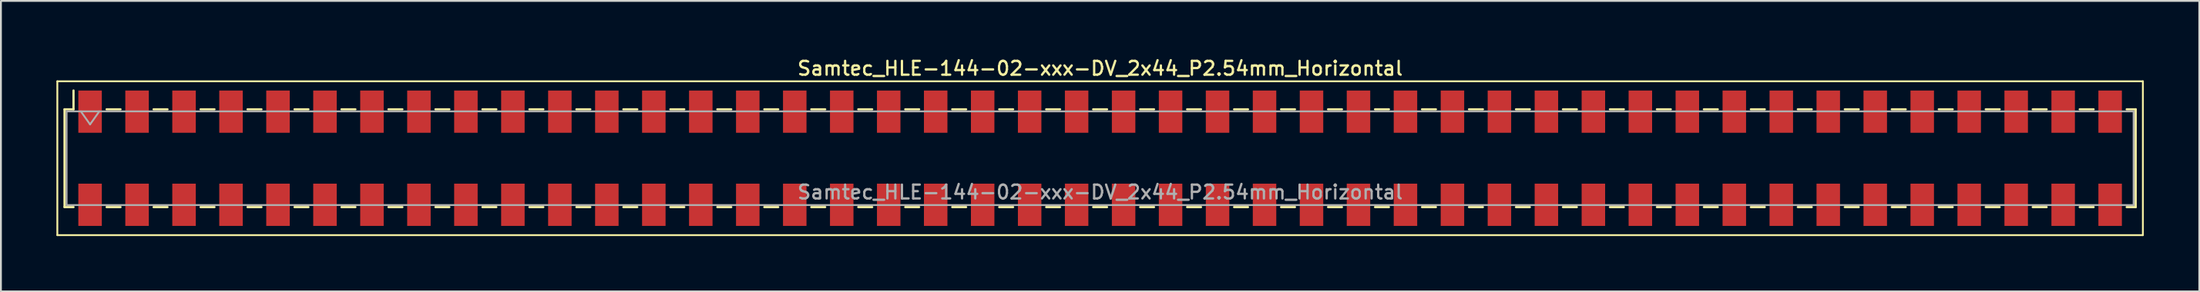
<source format=kicad_pcb>
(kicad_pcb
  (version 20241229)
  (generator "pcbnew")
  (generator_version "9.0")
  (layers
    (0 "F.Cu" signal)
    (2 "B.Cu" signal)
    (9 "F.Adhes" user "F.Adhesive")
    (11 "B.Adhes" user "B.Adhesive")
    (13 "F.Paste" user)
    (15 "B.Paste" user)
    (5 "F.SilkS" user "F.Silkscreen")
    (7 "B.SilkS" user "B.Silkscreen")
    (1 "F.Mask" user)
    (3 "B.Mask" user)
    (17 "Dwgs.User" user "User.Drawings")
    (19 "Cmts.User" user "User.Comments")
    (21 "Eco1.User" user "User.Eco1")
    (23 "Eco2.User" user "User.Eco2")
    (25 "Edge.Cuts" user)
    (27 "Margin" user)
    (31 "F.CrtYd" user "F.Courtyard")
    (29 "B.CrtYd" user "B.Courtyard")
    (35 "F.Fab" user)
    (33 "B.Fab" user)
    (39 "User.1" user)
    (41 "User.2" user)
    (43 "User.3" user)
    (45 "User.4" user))
  (footprint "Samtec_HLE-144-02-xxx-DV_2x44_P2.54mm_Horizontal"
    (layer "F.Cu")
    (at 56.43 5.528)
    (property "Reference" "Samtec_HLE-144-02-xxx-DV_2x44_P2.54mm_Horizontal" (at 0 -4.87 0) (layer "F.SilkS") (effects (font (size 0.75 0.75) (thickness 0.125))))
    (attr smd)
    (fp_line (start -56.38 -4.17) (end 56.38 -4.17) (stroke (width 0.1) (type solid)) (layer "F.SilkS"))
    (fp_line (start -56.38 4.17) (end -56.38 -4.17) (stroke (width 0.1) (type solid)) (layer "F.SilkS"))
    (fp_line (start -55.99 -2.65) (end -55.99 2.65) (stroke (width 0.12) (type solid)) (layer "F.SilkS"))
    (fp_line (start -55.99 2.65) (end -55.505 2.65) (stroke (width 0.12) (type solid)) (layer "F.SilkS"))
    (fp_line (start -55.505 -3.67) (end -55.505 -2.65) (stroke (width 0.12) (type solid)) (layer "F.SilkS"))
    (fp_line (start -55.505 -2.65) (end -55.99 -2.65) (stroke (width 0.12) (type solid)) (layer "F.SilkS"))
    (fp_line (start -53.715 -2.65) (end -52.965 -2.65) (stroke (width 0.12) (type solid)) (layer "F.SilkS"))
    (fp_line (start -53.715 2.65) (end -52.965 2.65) (stroke (width 0.12) (type solid)) (layer "F.SilkS"))
    (fp_line (start -51.175 -2.65) (end -50.425 -2.65) (stroke (width 0.12) (type solid)) (layer "F.SilkS"))
    (fp_line (start -51.175 2.65) (end -50.425 2.65) (stroke (width 0.12) (type solid)) (layer "F.SilkS"))
    (fp_line (start -48.635 -2.65) (end -47.885 -2.65) (stroke (width 0.12) (type solid)) (layer "F.SilkS"))
    (fp_line (start -48.635 2.65) (end -47.885 2.65) (stroke (width 0.12) (type solid)) (layer "F.SilkS"))
    (fp_line (start -46.095 -2.65) (end -45.345 -2.65) (stroke (width 0.12) (type solid)) (layer "F.SilkS"))
    (fp_line (start -46.095 2.65) (end -45.345 2.65) (stroke (width 0.12) (type solid)) (layer "F.SilkS"))
    (fp_line (start -43.555 -2.65) (end -42.805 -2.65) (stroke (width 0.12) (type solid)) (layer "F.SilkS"))
    (fp_line (start -43.555 2.65) (end -42.805 2.65) (stroke (width 0.12) (type solid)) (layer "F.SilkS"))
    (fp_line (start -41.015 -2.65) (end -40.265 -2.65) (stroke (width 0.12) (type solid)) (layer "F.SilkS"))
    (fp_line (start -41.015 2.65) (end -40.265 2.65) (stroke (width 0.12) (type solid)) (layer "F.SilkS"))
    (fp_line (start -38.475 -2.65) (end -37.725 -2.65) (stroke (width 0.12) (type solid)) (layer "F.SilkS"))
    (fp_line (start -38.475 2.65) (end -37.725 2.65) (stroke (width 0.12) (type solid)) (layer "F.SilkS"))
    (fp_line (start -35.935 -2.65) (end -35.185 -2.65) (stroke (width 0.12) (type solid)) (layer "F.SilkS"))
    (fp_line (start -35.935 2.65) (end -35.185 2.65) (stroke (width 0.12) (type solid)) (layer "F.SilkS"))
    (fp_line (start -33.395 -2.65) (end -32.645 -2.65) (stroke (width 0.12) (type solid)) (layer "F.SilkS"))
    (fp_line (start -33.395 2.65) (end -32.645 2.65) (stroke (width 0.12) (type solid)) (layer "F.SilkS"))
    (fp_line (start -30.855 -2.65) (end -30.105 -2.65) (stroke (width 0.12) (type solid)) (layer "F.SilkS"))
    (fp_line (start -30.855 2.65) (end -30.105 2.65) (stroke (width 0.12) (type solid)) (layer "F.SilkS"))
    (fp_line (start -28.315 -2.65) (end -27.565 -2.65) (stroke (width 0.12) (type solid)) (layer "F.SilkS"))
    (fp_line (start -28.315 2.65) (end -27.565 2.65) (stroke (width 0.12) (type solid)) (layer "F.SilkS"))
    (fp_line (start -25.775 -2.65) (end -25.025 -2.65) (stroke (width 0.12) (type solid)) (layer "F.SilkS"))
    (fp_line (start -25.775 2.65) (end -25.025 2.65) (stroke (width 0.12) (type solid)) (layer "F.SilkS"))
    (fp_line (start -23.235 -2.65) (end -22.485 -2.65) (stroke (width 0.12) (type solid)) (layer "F.SilkS"))
    (fp_line (start -23.235 2.65) (end -22.485 2.65) (stroke (width 0.12) (type solid)) (layer "F.SilkS"))
    (fp_line (start -20.695 -2.65) (end -19.945 -2.65) (stroke (width 0.12) (type solid)) (layer "F.SilkS"))
    (fp_line (start -20.695 2.65) (end -19.945 2.65) (stroke (width 0.12) (type solid)) (layer "F.SilkS"))
    (fp_line (start -18.155 -2.65) (end -17.405 -2.65) (stroke (width 0.12) (type solid)) (layer "F.SilkS"))
    (fp_line (start -18.155 2.65) (end -17.405 2.65) (stroke (width 0.12) (type solid)) (layer "F.SilkS"))
    (fp_line (start -15.615 -2.65) (end -14.865 -2.65) (stroke (width 0.12) (type solid)) (layer "F.SilkS"))
    (fp_line (start -15.615 2.65) (end -14.865 2.65) (stroke (width 0.12) (type solid)) (layer "F.SilkS"))
    (fp_line (start -13.075 -2.65) (end -12.325 -2.65) (stroke (width 0.12) (type solid)) (layer "F.SilkS"))
    (fp_line (start -13.075 2.65) (end -12.325 2.65) (stroke (width 0.12) (type solid)) (layer "F.SilkS"))
    (fp_line (start -10.535 -2.65) (end -9.785 -2.65) (stroke (width 0.12) (type solid)) (layer "F.SilkS"))
    (fp_line (start -10.535 2.65) (end -9.785 2.65) (stroke (width 0.12) (type solid)) (layer "F.SilkS"))
    (fp_line (start -7.995 -2.65) (end -7.245 -2.65) (stroke (width 0.12) (type solid)) (layer "F.SilkS"))
    (fp_line (start -7.995 2.65) (end -7.245 2.65) (stroke (width 0.12) (type solid)) (layer "F.SilkS"))
    (fp_line (start -5.455 -2.65) (end -4.705 -2.65) (stroke (width 0.12) (type solid)) (layer "F.SilkS"))
    (fp_line (start -5.455 2.65) (end -4.705 2.65) (stroke (width 0.12) (type solid)) (layer "F.SilkS"))
    (fp_line (start -2.915 -2.65) (end -2.165 -2.65) (stroke (width 0.12) (type solid)) (layer "F.SilkS"))
    (fp_line (start -2.915 2.65) (end -2.165 2.65) (stroke (width 0.12) (type solid)) (layer "F.SilkS"))
    (fp_line (start -0.375 -2.65) (end 0.375 -2.65) (stroke (width 0.12) (type solid)) (layer "F.SilkS"))
    (fp_line (start -0.375 2.65) (end 0.375 2.65) (stroke (width 0.12) (type solid)) (layer "F.SilkS"))
    (fp_line (start 2.165 -2.65) (end 2.915 -2.65) (stroke (width 0.12) (type solid)) (layer "F.SilkS"))
    (fp_line (start 2.165 2.65) (end 2.915 2.65) (stroke (width 0.12) (type solid)) (layer "F.SilkS"))
    (fp_line (start 4.705 -2.65) (end 5.455 -2.65) (stroke (width 0.12) (type solid)) (layer "F.SilkS"))
    (fp_line (start 4.705 2.65) (end 5.455 2.65) (stroke (width 0.12) (type solid)) (layer "F.SilkS"))
    (fp_line (start 7.245 -2.65) (end 7.995 -2.65) (stroke (width 0.12) (type solid)) (layer "F.SilkS"))
    (fp_line (start 7.245 2.65) (end 7.995 2.65) (stroke (width 0.12) (type solid)) (layer "F.SilkS"))
    (fp_line (start 9.785 -2.65) (end 10.535 -2.65) (stroke (width 0.12) (type solid)) (layer "F.SilkS"))
    (fp_line (start 9.785 2.65) (end 10.535 2.65) (stroke (width 0.12) (type solid)) (layer "F.SilkS"))
    (fp_line (start 12.325 -2.65) (end 13.075 -2.65) (stroke (width 0.12) (type solid)) (layer "F.SilkS"))
    (fp_line (start 12.325 2.65) (end 13.075 2.65) (stroke (width 0.12) (type solid)) (layer "F.SilkS"))
    (fp_line (start 14.865 -2.65) (end 15.615 -2.65) (stroke (width 0.12) (type solid)) (layer "F.SilkS"))
    (fp_line (start 14.865 2.65) (end 15.615 2.65) (stroke (width 0.12) (type solid)) (layer "F.SilkS"))
    (fp_line (start 17.405 -2.65) (end 18.155 -2.65) (stroke (width 0.12) (type solid)) (layer "F.SilkS"))
    (fp_line (start 17.405 2.65) (end 18.155 2.65) (stroke (width 0.12) (type solid)) (layer "F.SilkS"))
    (fp_line (start 19.945 -2.65) (end 20.695 -2.65) (stroke (width 0.12) (type solid)) (layer "F.SilkS"))
    (fp_line (start 19.945 2.65) (end 20.695 2.65) (stroke (width 0.12) (type solid)) (layer "F.SilkS"))
    (fp_line (start 22.485 -2.65) (end 23.235 -2.65) (stroke (width 0.12) (type solid)) (layer "F.SilkS"))
    (fp_line (start 22.485 2.65) (end 23.235 2.65) (stroke (width 0.12) (type solid)) (layer "F.SilkS"))
    (fp_line (start 25.025 -2.65) (end 25.775 -2.65) (stroke (width 0.12) (type solid)) (layer "F.SilkS"))
    (fp_line (start 25.025 2.65) (end 25.775 2.65) (stroke (width 0.12) (type solid)) (layer "F.SilkS"))
    (fp_line (start 27.565 -2.65) (end 28.315 -2.65) (stroke (width 0.12) (type solid)) (layer "F.SilkS"))
    (fp_line (start 27.565 2.65) (end 28.315 2.65) (stroke (width 0.12) (type solid)) (layer "F.SilkS"))
    (fp_line (start 30.105 -2.65) (end 30.855 -2.65) (stroke (width 0.12) (type solid)) (layer "F.SilkS"))
    (fp_line (start 30.105 2.65) (end 30.855 2.65) (stroke (width 0.12) (type solid)) (layer "F.SilkS"))
    (fp_line (start 32.645 -2.65) (end 33.395 -2.65) (stroke (width 0.12) (type solid)) (layer "F.SilkS"))
    (fp_line (start 32.645 2.65) (end 33.395 2.65) (stroke (width 0.12) (type solid)) (layer "F.SilkS"))
    (fp_line (start 35.185 -2.65) (end 35.935 -2.65) (stroke (width 0.12) (type solid)) (layer "F.SilkS"))
    (fp_line (start 35.185 2.65) (end 35.935 2.65) (stroke (width 0.12) (type solid)) (layer "F.SilkS"))
    (fp_line (start 37.725 -2.65) (end 38.475 -2.65) (stroke (width 0.12) (type solid)) (layer "F.SilkS"))
    (fp_line (start 37.725 2.65) (end 38.475 2.65) (stroke (width 0.12) (type solid)) (layer "F.SilkS"))
    (fp_line (start 40.265 -2.65) (end 41.015 -2.65) (stroke (width 0.12) (type solid)) (layer "F.SilkS"))
    (fp_line (start 40.265 2.65) (end 41.015 2.65) (stroke (width 0.12) (type solid)) (layer "F.SilkS"))
    (fp_line (start 42.805 -2.65) (end 43.555 -2.65) (stroke (width 0.12) (type solid)) (layer "F.SilkS"))
    (fp_line (start 42.805 2.65) (end 43.555 2.65) (stroke (width 0.12) (type solid)) (layer "F.SilkS"))
    (fp_line (start 45.345 -2.65) (end 46.095 -2.65) (stroke (width 0.12) (type solid)) (layer "F.SilkS"))
    (fp_line (start 45.345 2.65) (end 46.095 2.65) (stroke (width 0.12) (type solid)) (layer "F.SilkS"))
    (fp_line (start 47.885 -2.65) (end 48.635 -2.65) (stroke (width 0.12) (type solid)) (layer "F.SilkS"))
    (fp_line (start 47.885 2.65) (end 48.635 2.65) (stroke (width 0.12) (type solid)) (layer "F.SilkS"))
    (fp_line (start 50.425 -2.65) (end 51.175 -2.65) (stroke (width 0.12) (type solid)) (layer "F.SilkS"))
    (fp_line (start 50.425 2.65) (end 51.175 2.65) (stroke (width 0.12) (type solid)) (layer "F.SilkS"))
    (fp_line (start 52.965 -2.65) (end 53.715 -2.65) (stroke (width 0.12) (type solid)) (layer "F.SilkS"))
    (fp_line (start 52.965 2.65) (end 53.715 2.65) (stroke (width 0.12) (type solid)) (layer "F.SilkS"))
    (fp_line (start 55.505 -2.65) (end 55.99 -2.65) (stroke (width 0.12) (type solid)) (layer "F.SilkS"))
    (fp_line (start 55.99 -2.65) (end 55.99 2.65) (stroke (width 0.12) (type solid)) (layer "F.SilkS"))
    (fp_line (start 55.99 2.65) (end 55.505 2.65) (stroke (width 0.12) (type solid)) (layer "F.SilkS"))
    (fp_line (start 56.38 -4.17) (end 56.38 4.17) (stroke (width 0.1) (type solid)) (layer "F.SilkS"))
    (fp_line (start 56.38 4.17) (end -56.38 4.17) (stroke (width 0.1) (type solid)) (layer "F.SilkS"))
    (fp_line (start -55.88 -2.54) (end 55.88 -2.54) (stroke (width 0.1) (type solid)) (layer "F.Fab"))
    (fp_line (start -55.88 2.54) (end -55.88 -2.54) (stroke (width 0.1) (type solid)) (layer "F.Fab"))
    (fp_line (start -55.11 -2.54) (end -54.61 -1.833) (stroke (width 0.1) (type solid)) (layer "F.Fab"))
    (fp_line (start -54.61 -1.833) (end -54.11 -2.54) (stroke (width 0.1) (type solid)) (layer "F.Fab"))
    (fp_line (start 55.88 -2.54) (end 55.88 2.54) (stroke (width 0.1) (type solid)) (layer "F.Fab"))
    (fp_line (start 55.88 2.54) (end -55.88 2.54) (stroke (width 0.1) (type solid)) (layer "F.Fab"))
    (fp_text user "${REFERENCE}" (at 0 1.84 0) (layer "F.Fab") (effects (font (size 0.75 0.75) (thickness 0.125))))
    (pad "1" smd rect (at -54.61 -2.525) (size 1.27 2.29) (layers "F.Cu" "F.Mask" "F.Paste"))
    (pad "2" smd rect (at -54.61 2.525) (size 1.27 2.29) (layers "F.Cu" "F.Mask" "F.Paste"))
    (pad "3" smd rect (at -52.07 -2.525) (size 1.27 2.29) (layers "F.Cu" "F.Mask" "F.Paste"))
    (pad "4" smd rect (at -52.07 2.525) (size 1.27 2.29) (layers "F.Cu" "F.Mask" "F.Paste"))
    (pad "5" smd rect (at -49.53 -2.525) (size 1.27 2.29) (layers "F.Cu" "F.Mask" "F.Paste"))
    (pad "6" smd rect (at -49.53 2.525) (size 1.27 2.29) (layers "F.Cu" "F.Mask" "F.Paste"))
    (pad "7" smd rect (at -46.99 -2.525) (size 1.27 2.29) (layers "F.Cu" "F.Mask" "F.Paste"))
    (pad "8" smd rect (at -46.99 2.525) (size 1.27 2.29) (layers "F.Cu" "F.Mask" "F.Paste"))
    (pad "9" smd rect (at -44.45 -2.525) (size 1.27 2.29) (layers "F.Cu" "F.Mask" "F.Paste"))
    (pad "10" smd rect (at -44.45 2.525) (size 1.27 2.29) (layers "F.Cu" "F.Mask" "F.Paste"))
    (pad "11" smd rect (at -41.91 -2.525) (size 1.27 2.29) (layers "F.Cu" "F.Mask" "F.Paste"))
    (pad "12" smd rect (at -41.91 2.525) (size 1.27 2.29) (layers "F.Cu" "F.Mask" "F.Paste"))
    (pad "13" smd rect (at -39.37 -2.525) (size 1.27 2.29) (layers "F.Cu" "F.Mask" "F.Paste"))
    (pad "14" smd rect (at -39.37 2.525) (size 1.27 2.29) (layers "F.Cu" "F.Mask" "F.Paste"))
    (pad "15" smd rect (at -36.83 -2.525) (size 1.27 2.29) (layers "F.Cu" "F.Mask" "F.Paste"))
    (pad "16" smd rect (at -36.83 2.525) (size 1.27 2.29) (layers "F.Cu" "F.Mask" "F.Paste"))
    (pad "17" smd rect (at -34.29 -2.525) (size 1.27 2.29) (layers "F.Cu" "F.Mask" "F.Paste"))
    (pad "18" smd rect (at -34.29 2.525) (size 1.27 2.29) (layers "F.Cu" "F.Mask" "F.Paste"))
    (pad "19" smd rect (at -31.75 -2.525) (size 1.27 2.29) (layers "F.Cu" "F.Mask" "F.Paste"))
    (pad "20" smd rect (at -31.75 2.525) (size 1.27 2.29) (layers "F.Cu" "F.Mask" "F.Paste"))
    (pad "21" smd rect (at -29.21 -2.525) (size 1.27 2.29) (layers "F.Cu" "F.Mask" "F.Paste"))
    (pad "22" smd rect (at -29.21 2.525) (size 1.27 2.29) (layers "F.Cu" "F.Mask" "F.Paste"))
    (pad "23" smd rect (at -26.67 -2.525) (size 1.27 2.29) (layers "F.Cu" "F.Mask" "F.Paste"))
    (pad "24" smd rect (at -26.67 2.525) (size 1.27 2.29) (layers "F.Cu" "F.Mask" "F.Paste"))
    (pad "25" smd rect (at -24.13 -2.525) (size 1.27 2.29) (layers "F.Cu" "F.Mask" "F.Paste"))
    (pad "26" smd rect (at -24.13 2.525) (size 1.27 2.29) (layers "F.Cu" "F.Mask" "F.Paste"))
    (pad "27" smd rect (at -21.59 -2.525) (size 1.27 2.29) (layers "F.Cu" "F.Mask" "F.Paste"))
    (pad "28" smd rect (at -21.59 2.525) (size 1.27 2.29) (layers "F.Cu" "F.Mask" "F.Paste"))
    (pad "29" smd rect (at -19.05 -2.525) (size 1.27 2.29) (layers "F.Cu" "F.Mask" "F.Paste"))
    (pad "30" smd rect (at -19.05 2.525) (size 1.27 2.29) (layers "F.Cu" "F.Mask" "F.Paste"))
    (pad "31" smd rect (at -16.51 -2.525) (size 1.27 2.29) (layers "F.Cu" "F.Mask" "F.Paste"))
    (pad "32" smd rect (at -16.51 2.525) (size 1.27 2.29) (layers "F.Cu" "F.Mask" "F.Paste"))
    (pad "33" smd rect (at -13.97 -2.525) (size 1.27 2.29) (layers "F.Cu" "F.Mask" "F.Paste"))
    (pad "34" smd rect (at -13.97 2.525) (size 1.27 2.29) (layers "F.Cu" "F.Mask" "F.Paste"))
    (pad "35" smd rect (at -11.43 -2.525) (size 1.27 2.29) (layers "F.Cu" "F.Mask" "F.Paste"))
    (pad "36" smd rect (at -11.43 2.525) (size 1.27 2.29) (layers "F.Cu" "F.Mask" "F.Paste"))
    (pad "37" smd rect (at -8.89 -2.525) (size 1.27 2.29) (layers "F.Cu" "F.Mask" "F.Paste"))
    (pad "38" smd rect (at -8.89 2.525) (size 1.27 2.29) (layers "F.Cu" "F.Mask" "F.Paste"))
    (pad "39" smd rect (at -6.35 -2.525) (size 1.27 2.29) (layers "F.Cu" "F.Mask" "F.Paste"))
    (pad "40" smd rect (at -6.35 2.525) (size 1.27 2.29) (layers "F.Cu" "F.Mask" "F.Paste"))
    (pad "41" smd rect (at -3.81 -2.525) (size 1.27 2.29) (layers "F.Cu" "F.Mask" "F.Paste"))
    (pad "42" smd rect (at -3.81 2.525) (size 1.27 2.29) (layers "F.Cu" "F.Mask" "F.Paste"))
    (pad "43" smd rect (at -1.27 -2.525) (size 1.27 2.29) (layers "F.Cu" "F.Mask" "F.Paste"))
    (pad "44" smd rect (at -1.27 2.525) (size 1.27 2.29) (layers "F.Cu" "F.Mask" "F.Paste"))
    (pad "45" smd rect (at 1.27 -2.525) (size 1.27 2.29) (layers "F.Cu" "F.Mask" "F.Paste"))
    (pad "46" smd rect (at 1.27 2.525) (size 1.27 2.29) (layers "F.Cu" "F.Mask" "F.Paste"))
    (pad "47" smd rect (at 3.81 -2.525) (size 1.27 2.29) (layers "F.Cu" "F.Mask" "F.Paste"))
    (pad "48" smd rect (at 3.81 2.525) (size 1.27 2.29) (layers "F.Cu" "F.Mask" "F.Paste"))
    (pad "49" smd rect (at 6.35 -2.525) (size 1.27 2.29) (layers "F.Cu" "F.Mask" "F.Paste"))
    (pad "50" smd rect (at 6.35 2.525) (size 1.27 2.29) (layers "F.Cu" "F.Mask" "F.Paste"))
    (pad "51" smd rect (at 8.89 -2.525) (size 1.27 2.29) (layers "F.Cu" "F.Mask" "F.Paste"))
    (pad "52" smd rect (at 8.89 2.525) (size 1.27 2.29) (layers "F.Cu" "F.Mask" "F.Paste"))
    (pad "53" smd rect (at 11.43 -2.525) (size 1.27 2.29) (layers "F.Cu" "F.Mask" "F.Paste"))
    (pad "54" smd rect (at 11.43 2.525) (size 1.27 2.29) (layers "F.Cu" "F.Mask" "F.Paste"))
    (pad "55" smd rect (at 13.97 -2.525) (size 1.27 2.29) (layers "F.Cu" "F.Mask" "F.Paste"))
    (pad "56" smd rect (at 13.97 2.525) (size 1.27 2.29) (layers "F.Cu" "F.Mask" "F.Paste"))
    (pad "57" smd rect (at 16.51 -2.525) (size 1.27 2.29) (layers "F.Cu" "F.Mask" "F.Paste"))
    (pad "58" smd rect (at 16.51 2.525) (size 1.27 2.29) (layers "F.Cu" "F.Mask" "F.Paste"))
    (pad "59" smd rect (at 19.05 -2.525) (size 1.27 2.29) (layers "F.Cu" "F.Mask" "F.Paste"))
    (pad "60" smd rect (at 19.05 2.525) (size 1.27 2.29) (layers "F.Cu" "F.Mask" "F.Paste"))
    (pad "61" smd rect (at 21.59 -2.525) (size 1.27 2.29) (layers "F.Cu" "F.Mask" "F.Paste"))
    (pad "62" smd rect (at 21.59 2.525) (size 1.27 2.29) (layers "F.Cu" "F.Mask" "F.Paste"))
    (pad "63" smd rect (at 24.13 -2.525) (size 1.27 2.29) (layers "F.Cu" "F.Mask" "F.Paste"))
    (pad "64" smd rect (at 24.13 2.525) (size 1.27 2.29) (layers "F.Cu" "F.Mask" "F.Paste"))
    (pad "65" smd rect (at 26.67 -2.525) (size 1.27 2.29) (layers "F.Cu" "F.Mask" "F.Paste"))
    (pad "66" smd rect (at 26.67 2.525) (size 1.27 2.29) (layers "F.Cu" "F.Mask" "F.Paste"))
    (pad "67" smd rect (at 29.21 -2.525) (size 1.27 2.29) (layers "F.Cu" "F.Mask" "F.Paste"))
    (pad "68" smd rect (at 29.21 2.525) (size 1.27 2.29) (layers "F.Cu" "F.Mask" "F.Paste"))
    (pad "69" smd rect (at 31.75 -2.525) (size 1.27 2.29) (layers "F.Cu" "F.Mask" "F.Paste"))
    (pad "70" smd rect (at 31.75 2.525) (size 1.27 2.29) (layers "F.Cu" "F.Mask" "F.Paste"))
    (pad "71" smd rect (at 34.29 -2.525) (size 1.27 2.29) (layers "F.Cu" "F.Mask" "F.Paste"))
    (pad "72" smd rect (at 34.29 2.525) (size 1.27 2.29) (layers "F.Cu" "F.Mask" "F.Paste"))
    (pad "73" smd rect (at 36.83 -2.525) (size 1.27 2.29) (layers "F.Cu" "F.Mask" "F.Paste"))
    (pad "74" smd rect (at 36.83 2.525) (size 1.27 2.29) (layers "F.Cu" "F.Mask" "F.Paste"))
    (pad "75" smd rect (at 39.37 -2.525) (size 1.27 2.29) (layers "F.Cu" "F.Mask" "F.Paste"))
    (pad "76" smd rect (at 39.37 2.525) (size 1.27 2.29) (layers "F.Cu" "F.Mask" "F.Paste"))
    (pad "77" smd rect (at 41.91 -2.525) (size 1.27 2.29) (layers "F.Cu" "F.Mask" "F.Paste"))
    (pad "78" smd rect (at 41.91 2.525) (size 1.27 2.29) (layers "F.Cu" "F.Mask" "F.Paste"))
    (pad "79" smd rect (at 44.45 -2.525) (size 1.27 2.29) (layers "F.Cu" "F.Mask" "F.Paste"))
    (pad "80" smd rect (at 44.45 2.525) (size 1.27 2.29) (layers "F.Cu" "F.Mask" "F.Paste"))
    (pad "81" smd rect (at 46.99 -2.525) (size 1.27 2.29) (layers "F.Cu" "F.Mask" "F.Paste"))
    (pad "82" smd rect (at 46.99 2.525) (size 1.27 2.29) (layers "F.Cu" "F.Mask" "F.Paste"))
    (pad "83" smd rect (at 49.53 -2.525) (size 1.27 2.29) (layers "F.Cu" "F.Mask" "F.Paste"))
    (pad "84" smd rect (at 49.53 2.525) (size 1.27 2.29) (layers "F.Cu" "F.Mask" "F.Paste"))
    (pad "85" smd rect (at 52.07 -2.525) (size 1.27 2.29) (layers "F.Cu" "F.Mask" "F.Paste"))
    (pad "86" smd rect (at 52.07 2.525) (size 1.27 2.29) (layers "F.Cu" "F.Mask" "F.Paste"))
    (pad "87" smd rect (at 54.61 -2.525) (size 1.27 2.29) (layers "F.Cu" "F.Mask" "F.Paste"))
    (pad "88" smd rect (at 54.61 2.525) (size 1.27 2.29) (layers "F.Cu" "F.Mask" "F.Paste")))
  (gr_rect
    (start -3 -3)
    (end 115.86 12.748)
    (stroke (width 0.1) (type default))
    (fill no)
    (layer "Edge.Cuts")))
</source>
